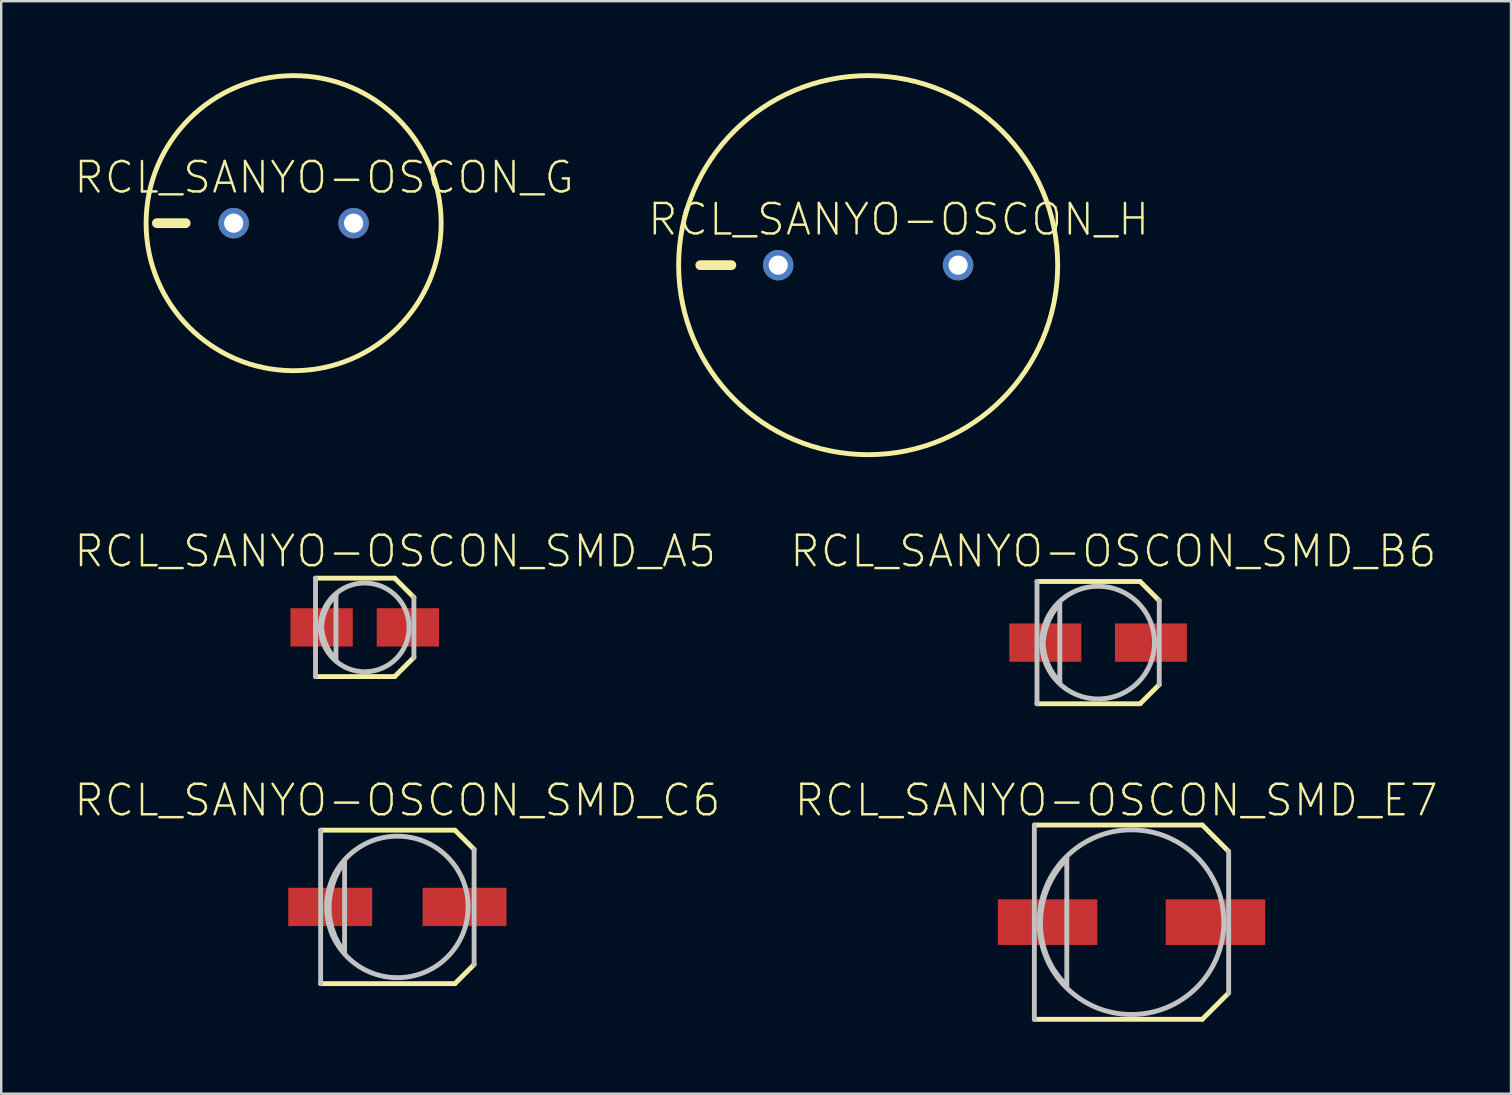
<source format=kicad_pcb>
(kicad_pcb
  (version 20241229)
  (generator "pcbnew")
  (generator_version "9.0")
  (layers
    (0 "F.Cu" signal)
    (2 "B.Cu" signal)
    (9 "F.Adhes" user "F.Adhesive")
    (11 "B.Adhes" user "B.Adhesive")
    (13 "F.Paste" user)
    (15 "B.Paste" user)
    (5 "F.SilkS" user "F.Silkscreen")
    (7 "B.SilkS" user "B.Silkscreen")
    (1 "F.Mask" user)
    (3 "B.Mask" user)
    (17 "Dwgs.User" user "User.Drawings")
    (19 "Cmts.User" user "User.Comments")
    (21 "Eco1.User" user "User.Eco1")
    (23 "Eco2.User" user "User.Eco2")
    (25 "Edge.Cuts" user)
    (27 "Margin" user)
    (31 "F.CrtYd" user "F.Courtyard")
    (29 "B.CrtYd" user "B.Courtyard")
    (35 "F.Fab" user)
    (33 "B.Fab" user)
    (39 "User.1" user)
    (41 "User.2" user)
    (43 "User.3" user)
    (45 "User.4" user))
  (footprint "RCL_SANYO-OSCON_SMD_B6"
    (layer "F.Cu")
    (at 42.718 23.733)
    (property "Reference" "RCL_SANYO-OSCON_SMD_B6" (at 0.635 -3.81 0) (layer "F.SilkS") (effects (font (size 1.27 1.27) (thickness 0.102))))
    (attr smd)
    (fp_line (start -2.548 -2.548) (end 1.748 -2.548) (stroke (width 0.203) (type solid)) (layer "F.SilkS"))
    (fp_line (start 1.748 -2.548) (end 2.548 -1.748) (stroke (width 0.203) (type solid)) (layer "F.SilkS"))
    (fp_line (start 1.748 2.548) (end -2.548 2.548) (stroke (width 0.203) (type solid)) (layer "F.SilkS"))
    (fp_line (start 2.548 1.748) (end 1.748 2.548) (stroke (width 0.203) (type solid)) (layer "F.SilkS"))
    (fp_line (start -2.548 2.548) (end -2.548 -2.548) (stroke (width 0.203) (type solid)) (layer "Dwgs.User"))
    (fp_line (start -2.299 0) (end -2.261 0.363) (stroke (width 0.203) (type solid)) (layer "Dwgs.User"))
    (fp_line (start -2.261 0.363) (end -2.169 0.719) (stroke (width 0.203) (type solid)) (layer "Dwgs.User"))
    (fp_line (start -2.245 -0.358) (end -2.299 0) (stroke (width 0.203) (type solid)) (layer "Dwgs.User"))
    (fp_line (start -2.169 0.719) (end -2.024 1.054) (stroke (width 0.203) (type solid)) (layer "Dwgs.User"))
    (fp_line (start -2.146 -0.709) (end -2.245 -0.358) (stroke (width 0.203) (type solid)) (layer "Dwgs.User"))
    (fp_line (start -2.024 1.054) (end -1.834 1.367) (stroke (width 0.203) (type solid)) (layer "Dwgs.User"))
    (fp_line (start -2.004 -1.044) (end -2.146 -0.709) (stroke (width 0.203) (type solid)) (layer "Dwgs.User"))
    (fp_line (start -1.834 1.367) (end -1.598 1.648) (stroke (width 0.203) (type solid)) (layer "Dwgs.User"))
    (fp_line (start -1.819 -1.359) (end -2.004 -1.044) (stroke (width 0.203) (type solid)) (layer "Dwgs.User"))
    (fp_line (start -1.598 -1.648) (end -1.819 -1.359) (stroke (width 0.203) (type solid)) (layer "Dwgs.User"))
    (fp_line (start -1.598 1.648) (end -1.598 -1.648) (stroke (width 0.203) (type solid)) (layer "Dwgs.User"))
    (fp_line (start 2.548 -1.748) (end 2.548 1.748) (stroke (width 0.203) (type solid)) (layer "Dwgs.User"))
    (fp_circle (center 0 0) (end 0 -2.349) (stroke (width 0.203) (type solid)) (fill no) (layer "Dwgs.User"))
    (pad "+" smd rect (at 2.2 0) (size 3 1.598) (layers "F.Cu" "F.Mask" "F.Paste"))
    (pad "-" smd rect (at -2.2 0) (size 3 1.598) (layers "F.Cu" "F.Mask" "F.Paste")))
  (footprint "RCL_SANYO-OSCON_SMD_E7"
    (layer "F.Cu")
    (at 44.109 35.384)
    (property "Reference" "RCL_SANYO-OSCON_SMD_E7" (at -0.635 -5.08 0) (layer "F.SilkS") (effects (font (size 1.27 1.27) (thickness 0.102))))
    (attr smd)
    (fp_line (start -4.049 -4.049) (end 2.949 -4.049) (stroke (width 0.203) (type solid)) (layer "F.SilkS"))
    (fp_line (start 2.949 -4.049) (end 4.049 -2.949) (stroke (width 0.203) (type solid)) (layer "F.SilkS"))
    (fp_line (start 2.949 4.049) (end -4.049 4.049) (stroke (width 0.203) (type solid)) (layer "F.SilkS"))
    (fp_line (start 4.049 2.949) (end 2.949 4.049) (stroke (width 0.203) (type solid)) (layer "F.SilkS"))
    (fp_line (start -4.049 4.049) (end -4.049 -4.049) (stroke (width 0.203) (type solid)) (layer "Dwgs.User"))
    (fp_line (start -3.8 0) (end -3.762 -0.488) (stroke (width 0.203) (type solid)) (layer "Dwgs.User"))
    (fp_line (start -3.774 0.49) (end -3.8 0) (stroke (width 0.203) (type solid)) (layer "Dwgs.User"))
    (fp_line (start -3.762 -0.488) (end -3.665 -0.968) (stroke (width 0.203) (type solid)) (layer "Dwgs.User"))
    (fp_line (start -3.683 0.973) (end -3.774 0.49) (stroke (width 0.203) (type solid)) (layer "Dwgs.User"))
    (fp_line (start -3.665 -0.968) (end -3.505 -1.43) (stroke (width 0.203) (type solid)) (layer "Dwgs.User"))
    (fp_line (start -3.526 1.438) (end -3.683 0.973) (stroke (width 0.203) (type solid)) (layer "Dwgs.User"))
    (fp_line (start -3.505 -1.43) (end -3.289 -1.869) (stroke (width 0.203) (type solid)) (layer "Dwgs.User"))
    (fp_line (start -3.307 1.88) (end -3.526 1.438) (stroke (width 0.203) (type solid)) (layer "Dwgs.User"))
    (fp_line (start -3.289 -1.869) (end -3.02 -2.278) (stroke (width 0.203) (type solid)) (layer "Dwgs.User"))
    (fp_line (start -3.03 2.286) (end -3.307 1.88) (stroke (width 0.203) (type solid)) (layer "Dwgs.User"))
    (fp_line (start -3.02 -2.278) (end -2.697 -2.649) (stroke (width 0.203) (type solid)) (layer "Dwgs.User"))
    (fp_line (start -2.697 -2.649) (end -2.697 2.649) (stroke (width 0.203) (type solid)) (layer "Dwgs.User"))
    (fp_line (start -2.697 2.649) (end -3.03 2.286) (stroke (width 0.203) (type solid)) (layer "Dwgs.User"))
    (fp_line (start 4.049 -2.949) (end 4.049 2.949) (stroke (width 0.203) (type solid)) (layer "Dwgs.User"))
    (fp_circle (center 0 0) (end 0 -3.848) (stroke (width 0.203) (type solid)) (fill no) (layer "Dwgs.User"))
    (pad "+" smd rect (at 3.498 0) (size 4.148 1.9) (layers "F.Cu" "F.Mask" "F.Paste"))
    (pad "-" smd rect (at -3.498 0) (size 4.148 1.9) (layers "F.Cu" "F.Mask" "F.Paste")))
  (footprint "RCL_SANYO-OSCON_SMD_C6"
    (layer "F.Cu")
    (at 13.512 34.749)
    (property "Reference" "RCL_SANYO-OSCON_SMD_C6" (at 0 -4.445 0) (layer "F.SilkS") (effects (font (size 1.27 1.27) (thickness 0.102))))
    (attr smd)
    (fp_line (start -3.198 -3.198) (end 2.398 -3.198) (stroke (width 0.203) (type solid)) (layer "F.SilkS"))
    (fp_line (start 2.398 -3.198) (end 3.198 -2.398) (stroke (width 0.203) (type solid)) (layer "F.SilkS"))
    (fp_line (start 2.398 3.198) (end -3.198 3.198) (stroke (width 0.203) (type solid)) (layer "F.SilkS"))
    (fp_line (start 3.198 2.398) (end 2.398 3.198) (stroke (width 0.203) (type solid)) (layer "F.SilkS"))
    (fp_line (start -3.198 3.198) (end -3.198 -3.198) (stroke (width 0.203) (type solid)) (layer "Dwgs.User"))
    (fp_line (start -2.85 0) (end -2.817 -0.406) (stroke (width 0.203) (type solid)) (layer "Dwgs.User"))
    (fp_line (start -2.827 0.406) (end -2.85 0) (stroke (width 0.203) (type solid)) (layer "Dwgs.User"))
    (fp_line (start -2.817 -0.406) (end -2.736 -0.805) (stroke (width 0.203) (type solid)) (layer "Dwgs.User"))
    (fp_line (start -2.748 0.808) (end -2.827 0.406) (stroke (width 0.203) (type solid)) (layer "Dwgs.User"))
    (fp_line (start -2.736 -0.805) (end -2.603 -1.191) (stroke (width 0.203) (type solid)) (layer "Dwgs.User"))
    (fp_line (start -2.614 1.196) (end -2.748 0.808) (stroke (width 0.203) (type solid)) (layer "Dwgs.User"))
    (fp_line (start -2.603 -1.191) (end -2.423 -1.557) (stroke (width 0.203) (type solid)) (layer "Dwgs.User"))
    (fp_line (start -2.431 1.562) (end -2.614 1.196) (stroke (width 0.203) (type solid)) (layer "Dwgs.User"))
    (fp_line (start -2.423 -1.557) (end -2.2 -1.9) (stroke (width 0.203) (type solid)) (layer "Dwgs.User"))
    (fp_line (start -2.2 -1.9) (end -2.2 1.9) (stroke (width 0.203) (type solid)) (layer "Dwgs.User"))
    (fp_line (start -2.2 1.9) (end -2.431 1.562) (stroke (width 0.203) (type solid)) (layer "Dwgs.User"))
    (fp_line (start 3.198 -2.398) (end 3.198 2.398) (stroke (width 0.203) (type solid)) (layer "Dwgs.User"))
    (fp_circle (center 0 0) (end 0 -2.949) (stroke (width 0.203) (type solid)) (fill no) (layer "Dwgs.User"))
    (pad "+" smd rect (at 2.799 0) (size 3.498 1.598) (layers "F.Cu" "F.Mask" "F.Paste"))
    (pad "-" smd rect (at -2.799 0) (size 3.498 1.598) (layers "F.Cu" "F.Mask" "F.Paste")))
  (footprint "RCL_SANYO-OSCON_SMD_A5"
    (layer "F.Cu")
    (at 12.151 23.098)
    (property "Reference" "RCL_SANYO-OSCON_SMD_A5" (at 1.27 -3.175 0) (layer "F.SilkS") (effects (font (size 1.27 1.27) (thickness 0.102))))
    (attr smd)
    (fp_line (start -2.05 -2.05) (end 1.25 -2.05) (stroke (width 0.203) (type solid)) (layer "F.SilkS"))
    (fp_line (start 1.25 -2.05) (end 2.05 -1.25) (stroke (width 0.203) (type solid)) (layer "F.SilkS"))
    (fp_line (start 1.25 2.05) (end -2.05 2.05) (stroke (width 0.203) (type solid)) (layer "F.SilkS"))
    (fp_line (start 2.05 1.25) (end 1.25 2.05) (stroke (width 0.203) (type solid)) (layer "F.SilkS"))
    (fp_line (start -2.05 2.05) (end -2.05 -2.05) (stroke (width 0.203) (type solid)) (layer "Dwgs.User"))
    (fp_line (start -1.798 0) (end -1.755 0.297) (stroke (width 0.203) (type solid)) (layer "Dwgs.User"))
    (fp_line (start -1.768 -0.3) (end -1.798 0) (stroke (width 0.203) (type solid)) (layer "Dwgs.User"))
    (fp_line (start -1.755 0.297) (end -1.671 0.587) (stroke (width 0.203) (type solid)) (layer "Dwgs.User"))
    (fp_line (start -1.689 -0.592) (end -1.768 -0.3) (stroke (width 0.203) (type solid)) (layer "Dwgs.User"))
    (fp_line (start -1.671 0.587) (end -1.549 0.861) (stroke (width 0.203) (type solid)) (layer "Dwgs.User"))
    (fp_line (start -1.565 -0.869) (end -1.689 -0.592) (stroke (width 0.203) (type solid)) (layer "Dwgs.User"))
    (fp_line (start -1.549 0.861) (end -1.389 1.118) (stroke (width 0.203) (type solid)) (layer "Dwgs.User"))
    (fp_line (start -1.402 -1.123) (end -1.565 -0.869) (stroke (width 0.203) (type solid)) (layer "Dwgs.User"))
    (fp_line (start -1.389 1.118) (end -1.199 1.349) (stroke (width 0.203) (type solid)) (layer "Dwgs.User"))
    (fp_line (start -1.199 -1.349) (end -1.402 -1.123) (stroke (width 0.203) (type solid)) (layer "Dwgs.User"))
    (fp_line (start -1.199 1.349) (end -1.199 -1.349) (stroke (width 0.203) (type solid)) (layer "Dwgs.User"))
    (fp_line (start 2.05 -1.25) (end 2.05 1.25) (stroke (width 0.203) (type solid)) (layer "Dwgs.User"))
    (fp_circle (center 0 0) (end 0 -1.849) (stroke (width 0.203) (type solid)) (fill no) (layer "Dwgs.User"))
    (pad "+" smd rect (at 1.798 0) (size 2.598 1.598) (layers "F.Cu" "F.Mask" "F.Paste"))
    (pad "-" smd rect (at -1.798 0) (size 2.598 1.598) (layers "F.Cu" "F.Mask" "F.Paste")))
  (footprint "RCL_SANYO-OSCON_G"
    (layer "F.Cu")
    (at 9.188 6.251)
    (property "Reference" "RCL_SANYO-OSCON_G" (at 1.27 -1.905 0) (layer "F.SilkS") (effects (font (size 1.27 1.27) (thickness 0.102))))
    (attr exclude_from_pos_files exclude_from_bom)
    (fp_line (start -4.498 0) (end -5.7 0) (stroke (width 0.406) (type solid)) (layer "F.SilkS"))
    (fp_circle (center 0 0) (end 0 -6.149) (stroke (width 0.203) (type solid)) (fill no) (layer "F.SilkS"))
    (pad "+" thru_hole circle (at 2.499 0) (size 1.27 1.27) (drill 0.798) (layers "*.Cu" "*.Paste" "*.Mask"))
    (pad "-" thru_hole circle (at -2.499 0) (size 1.27 1.27) (drill 0.798) (layers "*.Cu" "*.Paste" "*.Mask")))
  (footprint "RCL_SANYO-OSCON_H"
    (layer "F.Cu")
    (at 33.133 8.001)
    (property "Reference" "RCL_SANYO-OSCON_H" (at 1.27 -1.905 0) (layer "F.SilkS") (effects (font (size 1.27 1.27) (thickness 0.102))))
    (attr exclude_from_pos_files exclude_from_bom)
    (fp_line (start -6.998 0) (end -5.7 0) (stroke (width 0.406) (type solid)) (layer "F.SilkS"))
    (fp_circle (center 0 0) (end 0 -7.899) (stroke (width 0.203) (type solid)) (fill no) (layer "F.SilkS"))
    (pad "+" thru_hole circle (at 3.749 0) (size 1.27 1.27) (drill 0.798) (layers "*.Cu" "*.Paste" "*.Mask"))
    (pad "-" thru_hole circle (at -3.749 0) (size 1.27 1.27) (drill 0.798) (layers "*.Cu" "*.Paste" "*.Mask")))
  (gr_rect
    (start -3 -3)
    (end 59.925 42.534)
    (stroke (width 0.1) (type default))
    (fill no)
    (layer "Edge.Cuts")))
</source>
